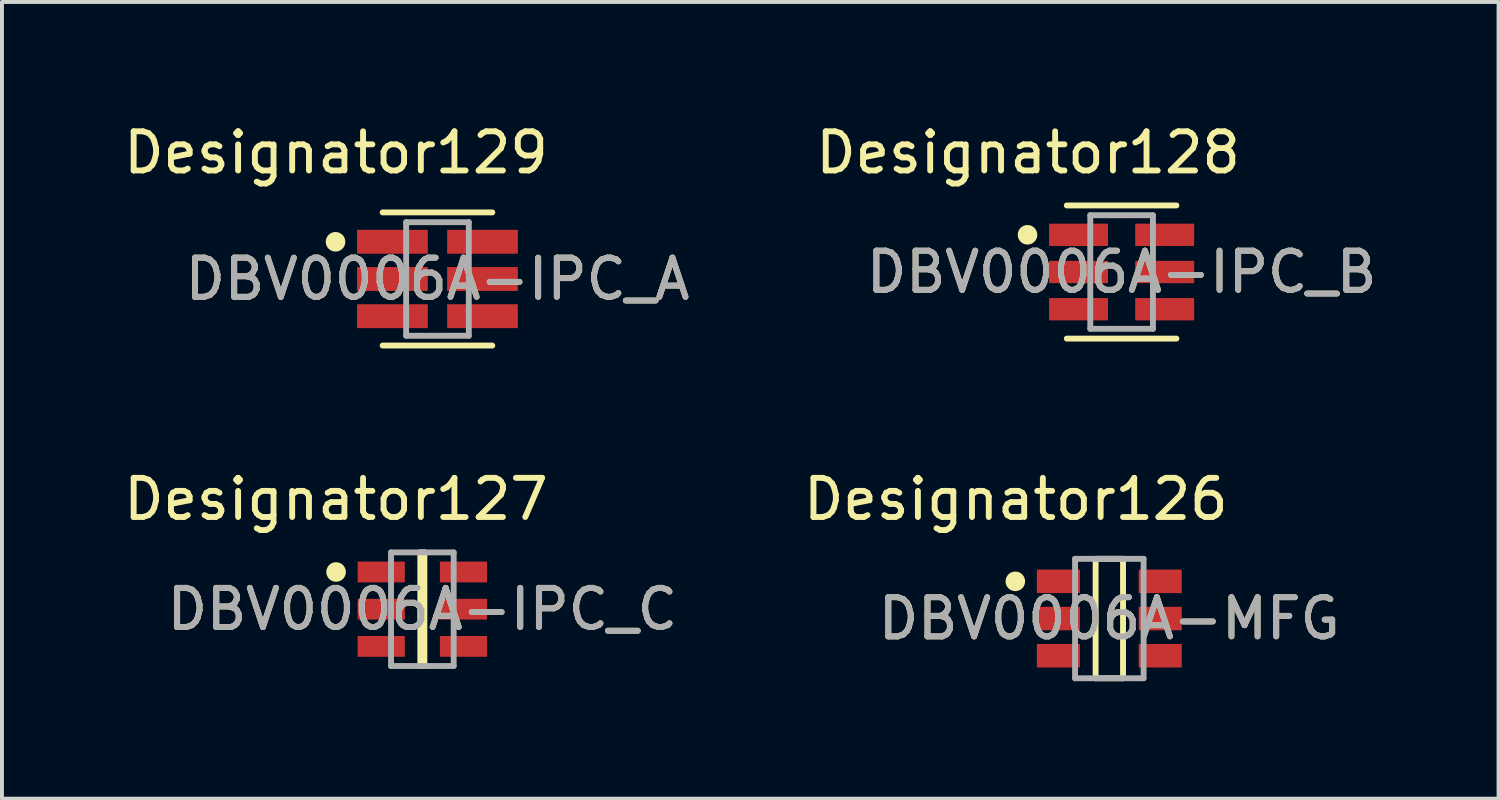
<source format=kicad_pcb>
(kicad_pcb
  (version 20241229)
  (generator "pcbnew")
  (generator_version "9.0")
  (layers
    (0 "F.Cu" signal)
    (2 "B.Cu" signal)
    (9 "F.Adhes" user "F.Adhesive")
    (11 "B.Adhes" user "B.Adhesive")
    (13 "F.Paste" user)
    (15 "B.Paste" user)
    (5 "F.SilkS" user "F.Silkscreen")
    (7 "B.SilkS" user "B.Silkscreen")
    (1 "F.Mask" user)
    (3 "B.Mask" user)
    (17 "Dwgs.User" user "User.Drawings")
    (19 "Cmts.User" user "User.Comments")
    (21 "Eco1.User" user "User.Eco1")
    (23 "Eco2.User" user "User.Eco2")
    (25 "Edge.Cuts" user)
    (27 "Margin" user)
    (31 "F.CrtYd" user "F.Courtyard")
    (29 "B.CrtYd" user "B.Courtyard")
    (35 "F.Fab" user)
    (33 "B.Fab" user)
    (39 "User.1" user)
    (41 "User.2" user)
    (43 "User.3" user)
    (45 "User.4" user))
  (footprint "DBV0006A-IPC_C"
    (layer "F.Cu")
    (at 7.735 12.506)
    (property "Reference" "DBV0006A-IPC_C" (at 0 0 0) (unlocked yes) (layer "F.SilkS") (effects (font (size 1 1) (thickness 0.15))))
    (attr smd)
    (fp_line (start -0.052 -1.45) (end 0.052 -1.45) (stroke (width 0.15) (type solid)) (layer "F.SilkS"))
    (fp_line (start -0.052 1.45) (end -0.052 -1.45) (stroke (width 0.15) (type solid)) (layer "F.SilkS"))
    (fp_line (start -0.052 1.45) (end 0.052 1.45) (stroke (width 0.15) (type solid)) (layer "F.SilkS"))
    (fp_line (start 0.052 1.45) (end 0.052 -1.45) (stroke (width 0.15) (type solid)) (layer "F.SilkS"))
    (fp_circle (center -2.203 -0.95) (end -2.078 -0.95) (stroke (width 0.25) (type solid)) (fill no) (layer "F.SilkS"))
    (fp_line (start -0.8 -1.45) (end 0.8 -1.45) (stroke (width 0.15) (type solid)) (layer "F.Fab"))
    (fp_line (start -0.8 1.45) (end -0.8 -1.45) (stroke (width 0.15) (type solid)) (layer "F.Fab"))
    (fp_line (start -0.8 1.45) (end 0.8 1.45) (stroke (width 0.15) (type solid)) (layer "F.Fab"))
    (fp_line (start 0.8 1.45) (end 0.8 -1.45) (stroke (width 0.15) (type solid)) (layer "F.Fab"))
    (fp_text user "Designator127" (at -2.205 -2.809 0) (unlocked yes) (layer "F.SilkS") (effects (font (size 1 1) (thickness 0.15))))
    (fp_text user "${REFERENCE}" (at 0 0 0) (unlocked yes) (layer "F.Fab") (effects (font (size 1 1) (thickness 0.15))))
    (pad "1" smd rect (at -1.05 -0.95) (size 1.205 0.53) (layers "F.Cu" "F.Mask" "F.Paste"))
    (pad "2" smd rect (at -1.05 0) (size 1.205 0.53) (layers "F.Cu" "F.Mask" "F.Paste"))
    (pad "3" smd rect (at -1.05 0.95) (size 1.205 0.53) (layers "F.Cu" "F.Mask" "F.Paste"))
    (pad "4" smd rect (at 1.05 0.95) (size 1.205 0.53) (layers "F.Cu" "F.Mask" "F.Paste"))
    (pad "5" smd rect (at 1.05 0) (size 1.205 0.53) (layers "F.Cu" "F.Mask" "F.Paste"))
    (pad "6" smd rect (at 1.05 -0.95) (size 1.205 0.53) (layers "F.Cu" "F.Mask" "F.Paste")))
  (footprint "DBV0006A-MFG"
    (layer "F.Cu")
    (at 25.277 12.745)
    (property "Reference" "DBV0006A-MFG" (at 0 0 0) (unlocked yes) (layer "F.SilkS") (effects (font (size 1 1) (thickness 0.15))))
    (attr smd)
    (fp_line (start -0.35 -1.525) (end 0.35 -1.525) (stroke (width 0.15) (type solid)) (layer "F.SilkS"))
    (fp_line (start -0.35 1.525) (end -0.35 -1.525) (stroke (width 0.15) (type solid)) (layer "F.SilkS"))
    (fp_line (start -0.35 1.525) (end 0.35 1.525) (stroke (width 0.15) (type solid)) (layer "F.SilkS"))
    (fp_line (start 0.35 1.525) (end 0.35 -1.525) (stroke (width 0.15) (type solid)) (layer "F.SilkS"))
    (fp_circle (center -2.4 -0.95) (end -2.275 -0.95) (stroke (width 0.25) (type solid)) (fill no) (layer "F.SilkS"))
    (fp_line (start -0.875 -1.525) (end 0.875 -1.525) (stroke (width 0.15) (type solid)) (layer "F.Fab"))
    (fp_line (start -0.875 1.525) (end -0.875 -1.525) (stroke (width 0.15) (type solid)) (layer "F.Fab"))
    (fp_line (start -0.875 1.525) (end 0.875 1.525) (stroke (width 0.15) (type solid)) (layer "F.Fab"))
    (fp_line (start 0.875 1.525) (end 0.875 -1.525) (stroke (width 0.15) (type solid)) (layer "F.Fab"))
    (fp_text user "Designator126" (at -2.388 -3.048 0) (unlocked yes) (layer "F.SilkS") (effects (font (size 1 1) (thickness 0.15))))
    (fp_text user "${REFERENCE}" (at 0 0 0) (unlocked yes) (layer "F.Fab") (effects (font (size 1 1) (thickness 0.15))))
    (pad "1" smd rect (at -1.3 -0.95) (size 1.1 0.6) (layers "F.Cu" "F.Mask" "F.Paste"))
    (pad "2" smd rect (at -1.3 0) (size 1.1 0.6) (layers "F.Cu" "F.Mask" "F.Paste"))
    (pad "3" smd rect (at -1.3 0.95) (size 1.1 0.6) (layers "F.Cu" "F.Mask" "F.Paste"))
    (pad "4" smd rect (at 1.3 0.95) (size 1.1 0.6) (layers "F.Cu" "F.Mask" "F.Paste"))
    (pad "5" smd rect (at 1.3 0) (size 1.1 0.6) (layers "F.Cu" "F.Mask" "F.Paste"))
    (pad "6" smd rect (at 1.3 -0.95) (size 1.1 0.6) (layers "F.Cu" "F.Mask" "F.Paste")))
  (footprint "DBV0006A-IPC_B"
    (layer "F.Cu")
    (at 25.591 3.896)
    (property "Reference" "DBV0006A-IPC_B" (at 0 0 0) (unlocked yes) (layer "F.SilkS") (effects (font (size 1 1) (thickness 0.15))))
    (attr smd)
    (fp_line (start -1.4 -1.7) (end 1.4 -1.7) (stroke (width 0.15) (type solid)) (layer "F.SilkS"))
    (fp_line (start -1.4 1.7) (end 1.4 1.7) (stroke (width 0.15) (type solid)) (layer "F.SilkS"))
    (fp_circle (center -2.403 -0.95) (end -2.278 -0.95) (stroke (width 0.25) (type solid)) (fill no) (layer "F.SilkS"))
    (fp_line (start -0.8 -1.45) (end 0.8 -1.45) (stroke (width 0.15) (type solid)) (layer "F.Fab"))
    (fp_line (start -0.8 1.45) (end -0.8 -1.45) (stroke (width 0.15) (type solid)) (layer "F.Fab"))
    (fp_line (start -0.8 1.45) (end 0.8 1.45) (stroke (width 0.15) (type solid)) (layer "F.Fab"))
    (fp_line (start 0.8 1.45) (end 0.8 -1.45) (stroke (width 0.15) (type solid)) (layer "F.Fab"))
    (fp_text user "Designator128" (at -2.388 -3.048 0) (unlocked yes) (layer "F.SilkS") (effects (font (size 1 1) (thickness 0.15))))
    (fp_text user "${REFERENCE}" (at 0 0 0) (unlocked yes) (layer "F.Fab") (effects (font (size 1 1) (thickness 0.15))))
    (pad "1" smd rect (at -1.1 -0.95) (size 1.505 0.57) (layers "F.Cu" "F.Mask" "F.Paste"))
    (pad "2" smd rect (at -1.1 0) (size 1.505 0.57) (layers "F.Cu" "F.Mask" "F.Paste"))
    (pad "3" smd rect (at -1.1 0.95) (size 1.505 0.57) (layers "F.Cu" "F.Mask" "F.Paste"))
    (pad "4" smd rect (at 1.1 0.95) (size 1.505 0.57) (layers "F.Cu" "F.Mask" "F.Paste"))
    (pad "5" smd rect (at 1.1 0) (size 1.505 0.57) (layers "F.Cu" "F.Mask" "F.Paste"))
    (pad "6" smd rect (at 1.1 -0.95) (size 1.505 0.57) (layers "F.Cu" "F.Mask" "F.Paste")))
  (footprint "DBV0006A-IPC_A"
    (layer "F.Cu")
    (at 8.121 4.074)
    (property "Reference" "DBV0006A-IPC_A" (at 0 0 0) (unlocked yes) (layer "F.SilkS") (effects (font (size 1 1) (thickness 0.15))))
    (attr smd)
    (fp_line (start -1.4 -1.7) (end 1.4 -1.7) (stroke (width 0.15) (type solid)) (layer "F.SilkS"))
    (fp_line (start -1.4 1.7) (end 1.4 1.7) (stroke (width 0.15) (type solid)) (layer "F.SilkS"))
    (fp_circle (center -2.603 -0.95) (end -2.478 -0.95) (stroke (width 0.25) (type solid)) (fill no) (layer "F.SilkS"))
    (fp_line (start -0.8 -1.45) (end 0.8 -1.45) (stroke (width 0.15) (type solid)) (layer "F.Fab"))
    (fp_line (start -0.8 1.45) (end -0.8 -1.45) (stroke (width 0.15) (type solid)) (layer "F.Fab"))
    (fp_line (start -0.8 1.45) (end 0.8 1.45) (stroke (width 0.15) (type solid)) (layer "F.Fab"))
    (fp_line (start 0.8 1.45) (end 0.8 -1.45) (stroke (width 0.15) (type solid)) (layer "F.Fab"))
    (fp_text user "Designator129" (at -2.591 -3.226 0) (unlocked yes) (layer "F.SilkS") (effects (font (size 1 1) (thickness 0.15))))
    (fp_text user "${REFERENCE}" (at 0 0 0) (unlocked yes) (layer "F.Fab") (effects (font (size 1 1) (thickness 0.15))))
    (pad "1" smd rect (at -1.15 -0.95) (size 1.805 0.61) (layers "F.Cu" "F.Mask" "F.Paste"))
    (pad "2" smd rect (at -1.15 0) (size 1.805 0.61) (layers "F.Cu" "F.Mask" "F.Paste"))
    (pad "3" smd rect (at -1.15 0.95) (size 1.805 0.61) (layers "F.Cu" "F.Mask" "F.Paste"))
    (pad "4" smd rect (at 1.15 0.95) (size 1.805 0.61) (layers "F.Cu" "F.Mask" "F.Paste"))
    (pad "5" smd rect (at 1.15 0) (size 1.805 0.61) (layers "F.Cu" "F.Mask" "F.Paste"))
    (pad "6" smd rect (at 1.15 -0.95) (size 1.805 0.61) (layers "F.Cu" "F.Mask" "F.Paste")))
  (gr_rect
    (start -3 -3)
    (end 35.216 17.345)
    (stroke (width 0.1) (type default))
    (fill no)
    (layer "Edge.Cuts")))
</source>
